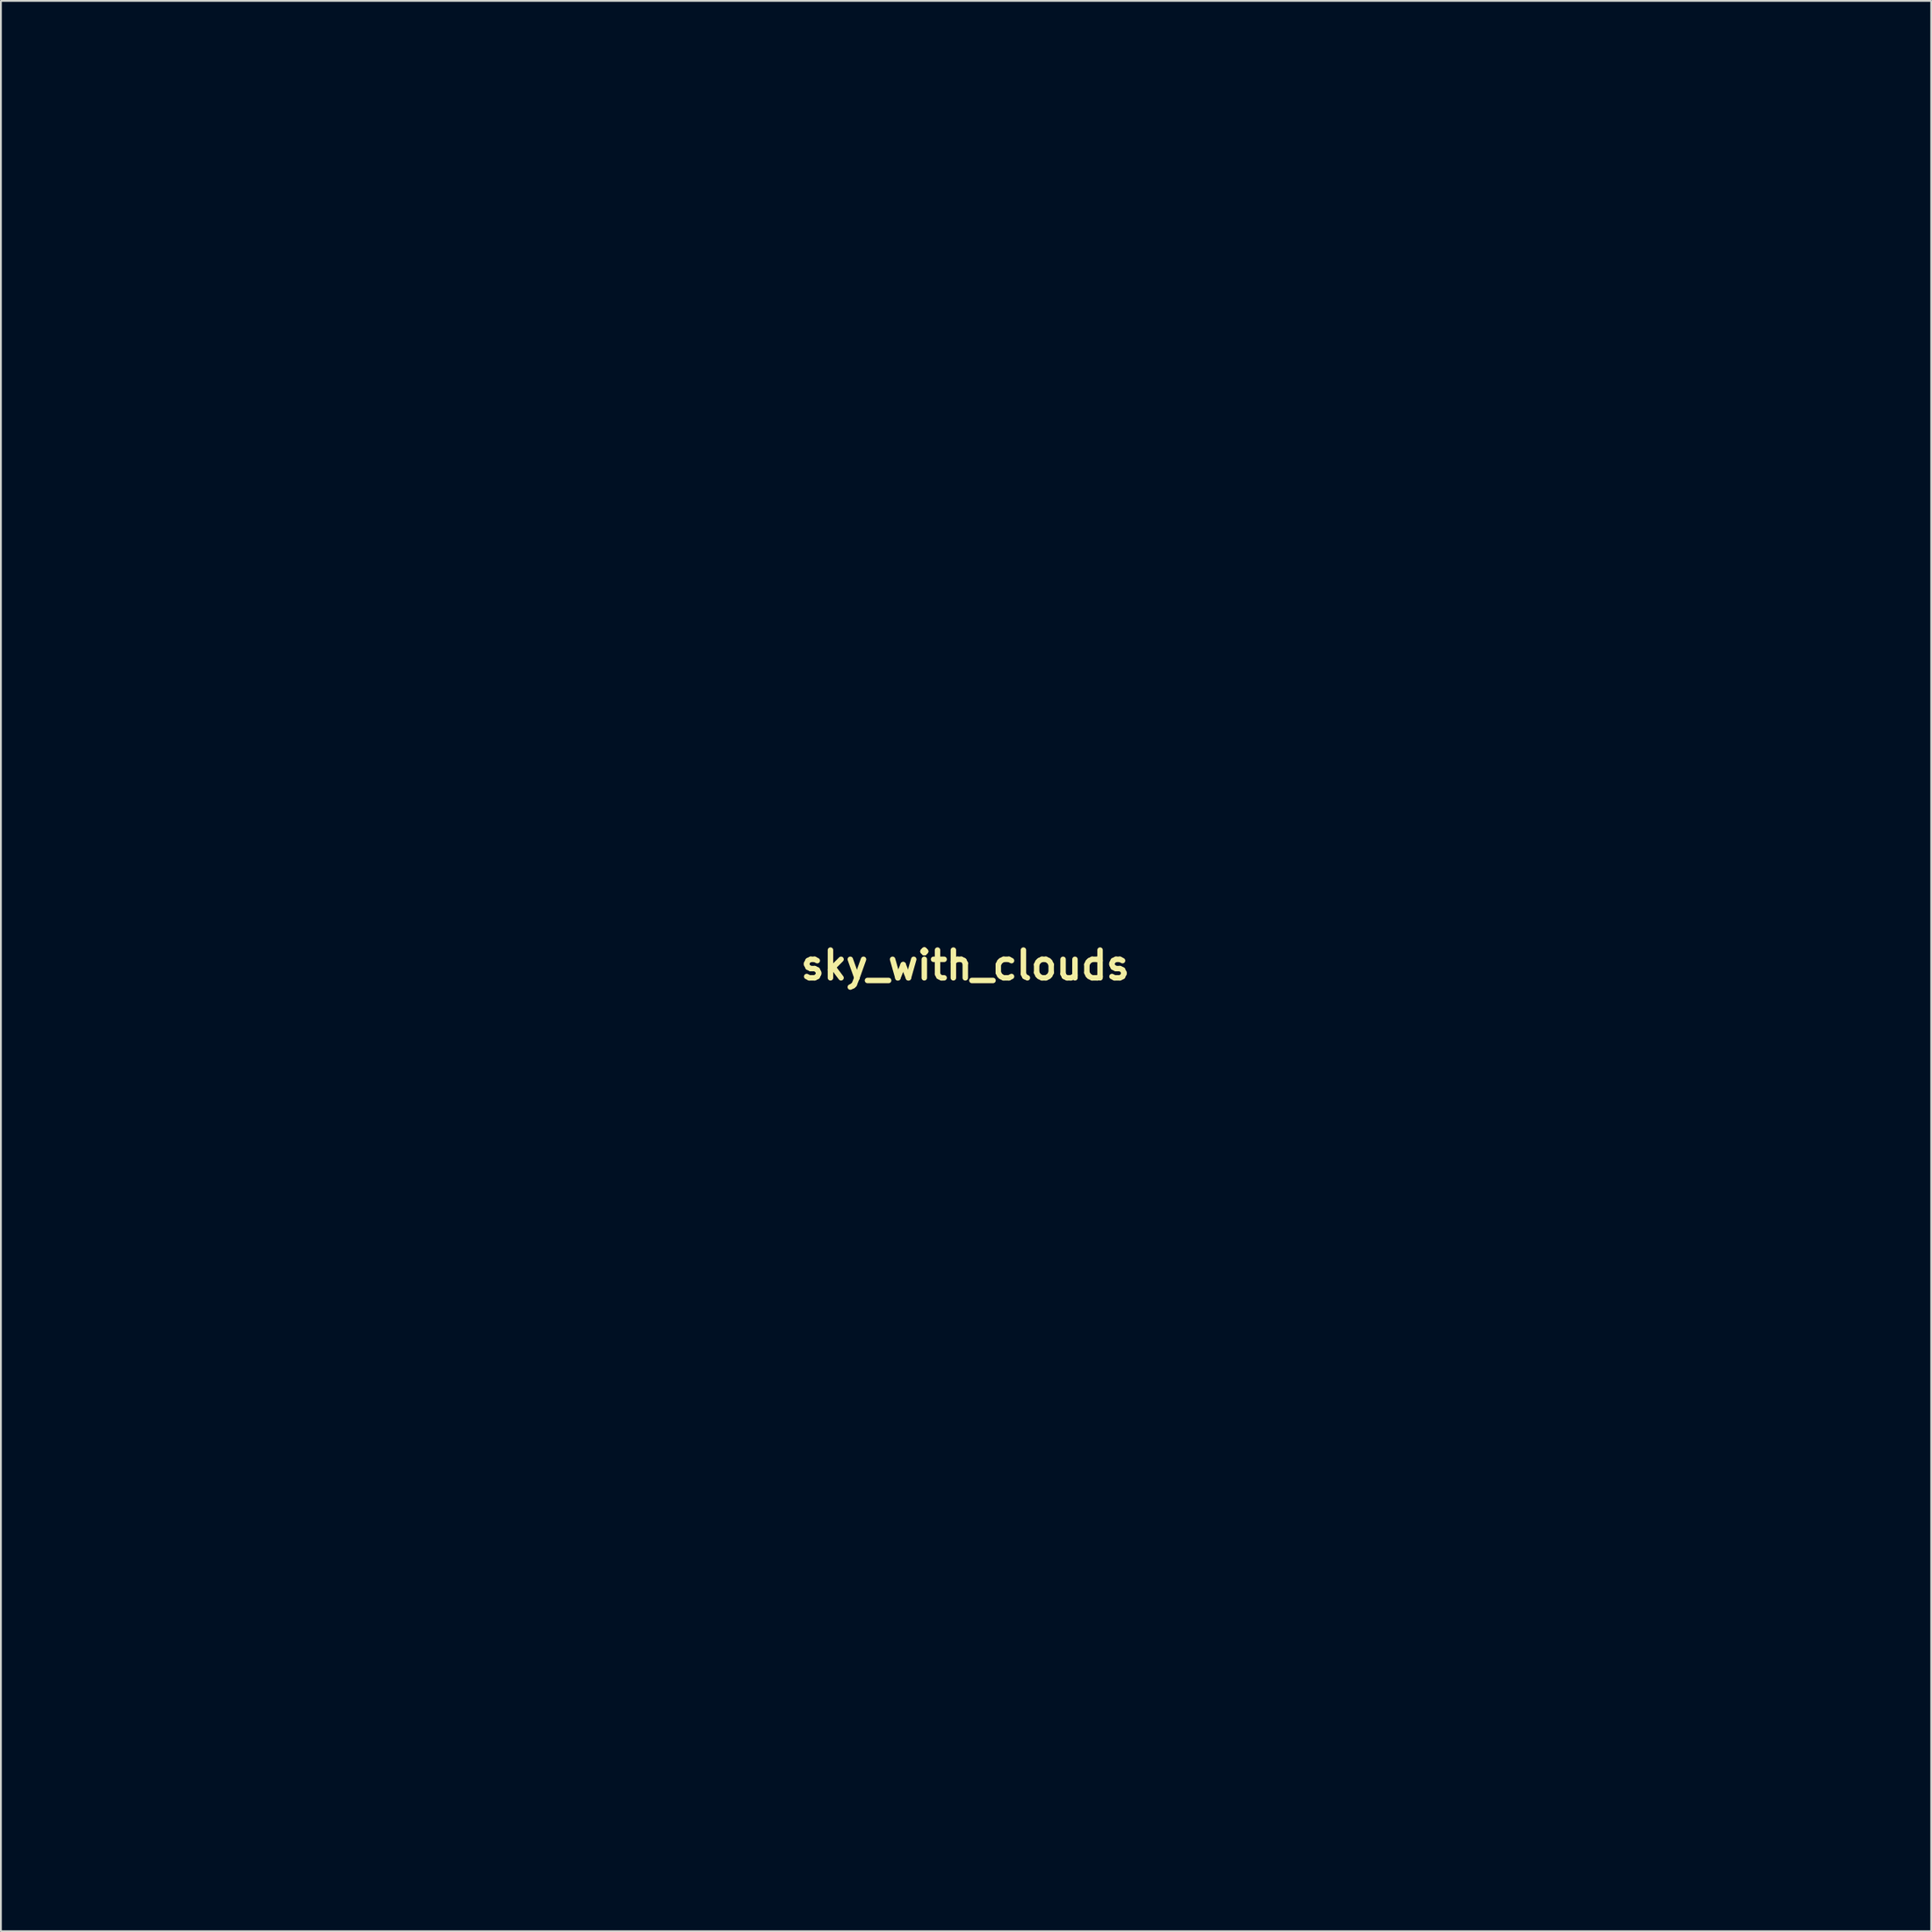
<source format=kicad_pcb>
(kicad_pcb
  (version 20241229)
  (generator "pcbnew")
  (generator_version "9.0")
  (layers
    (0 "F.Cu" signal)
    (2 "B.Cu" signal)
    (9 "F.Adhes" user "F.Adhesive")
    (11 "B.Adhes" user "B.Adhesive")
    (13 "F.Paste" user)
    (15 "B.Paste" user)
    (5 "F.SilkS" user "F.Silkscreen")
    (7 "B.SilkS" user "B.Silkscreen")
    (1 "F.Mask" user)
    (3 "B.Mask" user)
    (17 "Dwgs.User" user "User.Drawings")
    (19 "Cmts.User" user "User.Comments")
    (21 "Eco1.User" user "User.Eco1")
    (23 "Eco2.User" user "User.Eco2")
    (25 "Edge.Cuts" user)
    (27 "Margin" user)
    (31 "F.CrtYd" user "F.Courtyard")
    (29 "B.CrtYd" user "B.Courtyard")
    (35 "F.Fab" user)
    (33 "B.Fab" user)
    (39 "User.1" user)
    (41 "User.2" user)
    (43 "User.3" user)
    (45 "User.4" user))
  (footprint "sky_with_clouds"
    (layer "F.Cu")
    (at 49.958 49.958)
    (property "Reference" "sky_with_clouds" (at 0 0 0) (layer "F.SilkS") (effects (font (size 1.524 1.524) (thickness 0.3))))
    (attr through_hole)
    (fp_poly (pts (xy -33.353 -49.647) (xy -33.149 -49.426) (xy -32.839 -49.203) (xy -32.48 -49.012) (xy -32.132 -48.886) (xy -31.909 -48.853) (xy -31.51 -48.823) (xy -31.242 -48.726) (xy -31.073 -48.547) (xy -31.033 -48.466) (xy -30.831 -48.181) (xy -30.483 -47.92) (xy -30.012 -47.699) (xy -29.845 -47.642) (xy -29.54 -47.541) (xy -29.163 -47.411) (xy -28.829 -47.293) (xy -28.368 -47.154) (xy -27.932 -47.09) (xy -27.464 -47.099) (xy -26.906 -47.178) (xy -26.813 -47.196) (xy -26.148 -47.375) (xy -25.584 -47.632) (xy -25.151 -47.955) (xy -25.109 -47.998) (xy -24.901 -48.191) (xy -24.757 -48.244) (xy -24.647 -48.159) (xy -24.573 -48.02) (xy -24.384 -47.789) (xy -24.066 -47.6) (xy -23.599 -47.417) (xy -23.105 -47.285) (xy -22.548 -47.197) (xy -21.892 -47.148) (xy -21.175 -47.132) (xy -20.661 -47.132) (xy -20.282 -47.139) (xy -20.004 -47.157) (xy -19.792 -47.19) (xy -19.612 -47.241) (xy -19.429 -47.314) (xy -19.413 -47.321) (xy -19.066 -47.522) (xy -18.714 -47.803) (xy -18.576 -47.939) (xy -18.18 -48.363) (xy -17.789 -48.238) (xy -17.456 -48.173) (xy -16.998 -48.143) (xy -16.457 -48.144) (xy -15.873 -48.174) (xy -15.286 -48.231) (xy -14.739 -48.311) (xy -14.271 -48.414) (xy -14.097 -48.466) (xy -13.534 -48.688) (xy -13.051 -48.943) (xy -12.668 -49.215) (xy -12.405 -49.489) (xy -12.283 -49.75) (xy -12.277 -49.818) (xy -12.266 -49.839) (xy -12.228 -49.857) (xy -12.153 -49.873) (xy -12.033 -49.888) (xy -11.86 -49.9) (xy -11.623 -49.911) (xy -11.315 -49.921) (xy -10.926 -49.928) (xy -10.448 -49.935) (xy -9.871 -49.94) (xy -9.188 -49.944) (xy -8.388 -49.948) (xy -7.464 -49.95) (xy -6.406 -49.952) (xy -5.206 -49.953) (xy -3.854 -49.953) (xy -2.342 -49.953) (xy 7.705 -49.953) (xy 7.705 -49.569) (xy 7.784 -49.089) (xy 8.005 -48.641) (xy 8.296 -48.316) (xy 8.496 -48.177) (xy 8.732 -48.083) (xy 9.055 -48.018) (xy 9.313 -47.987) (xy 9.451 -47.95) (xy 9.512 -47.847) (xy 9.528 -47.627) (xy 9.528 -47.624) (xy 9.541 -47.392) (xy 9.59 -47.219) (xy 9.705 -47.061) (xy 9.913 -46.874) (xy 10.079 -46.741) (xy 10.491 -46.415) (xy 11.617 -46.356) (xy 12.086 -46.333) (xy 12.425 -46.326) (xy 12.675 -46.337) (xy 12.875 -46.369) (xy 13.064 -46.426) (xy 13.208 -46.48) (xy 13.669 -46.712) (xy 14.013 -47.009) (xy 14.266 -47.406) (xy 14.454 -47.931) (xy 14.473 -48.006) (xy 14.557 -48.322) (xy 14.623 -48.492) (xy 14.701 -48.532) (xy 14.819 -48.46) (xy 14.987 -48.311) (xy 15.282 -48.096) (xy 15.567 -48.013) (xy 15.888 -48.06) (xy 16.243 -48.211) (xy 16.496 -48.374) (xy 16.792 -48.617) (xy 17.097 -48.906) (xy 17.378 -49.206) (xy 17.601 -49.482) (xy 17.731 -49.7) (xy 17.746 -49.744) (xy 17.798 -49.953) (xy 50.038 -49.953) (xy 50.038 -26.077) (xy 49.703 -26.077) (xy 49.431 -26.046) (xy 49.097 -25.967) (xy 48.89 -25.899) (xy 48.627 -25.815) (xy 48.428 -25.78) (xy 48.347 -25.793) (xy 48.28 -25.916) (xy 48.197 -26.128) (xy 48.18 -26.181) (xy 48.056 -26.419) (xy 47.811 -26.72) (xy 47.434 -27.097) (xy 47.386 -27.142) (xy 46.908 -27.567) (xy 46.499 -27.88) (xy 46.126 -28.102) (xy 45.754 -28.255) (xy 45.468 -28.334) (xy 45.149 -28.394) (xy 44.904 -28.399) (xy 44.647 -28.346) (xy 44.58 -28.326) (xy 44.236 -28.19) (xy 43.897 -28.003) (xy 43.614 -27.797) (xy 43.436 -27.604) (xy 43.426 -27.586) (xy 43.289 -27.449) (xy 43.124 -27.472) (xy 42.963 -27.639) (xy 42.745 -27.839) (xy 42.431 -27.969) (xy 42.09 -28.005) (xy 41.973 -27.991) (xy 41.58 -27.833) (xy 41.192 -27.532) (xy 40.83 -27.114) (xy 40.517 -26.603) (xy 40.273 -26.027) (xy 40.229 -25.887) (xy 40.039 -25.249) (xy 39.674 -25.194) (xy 39.232 -25.044) (xy 38.785 -24.73) (xy 38.337 -24.254) (xy 38.232 -24.119) (xy 37.865 -23.519) (xy 37.656 -22.895) (xy 37.592 -22.244) (xy 37.643 -21.713) (xy 37.797 -21.316) (xy 38.055 -21.051) (xy 38.419 -20.918) (xy 38.695 -20.9) (xy 38.969 -20.891) (xy 39.092 -20.833) (xy 39.08 -20.706) (xy 38.978 -20.527) (xy 38.884 -20.246) (xy 38.897 -19.91) (xy 39.009 -19.586) (xy 39.13 -19.416) (xy 39.546 -19.058) (xy 40.061 -18.741) (xy 40.607 -18.503) (xy 40.889 -18.422) (xy 41.496 -18.331) (xy 42.219 -18.299) (xy 43.019 -18.325) (xy 43.853 -18.406) (xy 44.682 -18.54) (xy 45.097 -18.631) (xy 45.469 -18.71) (xy 45.826 -18.768) (xy 46.099 -18.795) (xy 46.134 -18.796) (xy 46.36 -18.782) (xy 46.461 -18.728) (xy 46.482 -18.629) (xy 46.534 -18.443) (xy 46.698 -18.309) (xy 46.989 -18.22) (xy 47.421 -18.173) (xy 47.874 -18.162) (xy 48.305 -18.166) (xy 48.611 -18.182) (xy 48.835 -18.219) (xy 49.023 -18.282) (xy 49.189 -18.363) (xy 49.463 -18.497) (xy 49.718 -18.604) (xy 49.803 -18.632) (xy 50.038 -18.7) (xy 50.038 11.664) (xy 49.297 11.844) (xy 48.88 11.942) (xy 48.593 11.996) (xy 48.404 12.003) (xy 48.28 11.96) (xy 48.188 11.864) (xy 48.112 11.744) (xy 47.951 11.56) (xy 47.669 11.326) (xy 47.297 11.062) (xy 46.87 10.788) (xy 46.419 10.524) (xy 45.977 10.292) (xy 45.576 10.111) (xy 45.361 10.032) (xy 44.391 9.787) (xy 43.481 9.685) (xy 42.639 9.726) (xy 41.873 9.909) (xy 41.19 10.233) (xy 40.804 10.51) (xy 40.548 10.738) (xy 40.342 10.949) (xy 40.225 11.103) (xy 40.216 11.12) (xy 40.171 11.2) (xy 40.147 11.144) (xy 40.138 10.935) (xy 40.137 10.92) (xy 40.095 10.562) (xy 39.961 10.318) (xy 39.709 10.157) (xy 39.402 10.066) (xy 38.794 10.013) (xy 38.177 10.111) (xy 37.573 10.343) (xy 37.009 10.696) (xy 36.507 11.152) (xy 36.093 11.697) (xy 35.79 12.316) (xy 35.763 12.392) (xy 35.678 12.619) (xy 35.613 12.76) (xy 35.591 12.785) (xy 35.501 12.743) (xy 35.346 12.648) (xy 35.055 12.555) (xy 34.673 12.581) (xy 34.219 12.72) (xy 33.714 12.966) (xy 33.179 13.31) (xy 33.027 13.423) (xy 32.573 13.794) (xy 32.257 14.11) (xy 32.061 14.391) (xy 32.009 14.505) (xy 31.939 14.822) (xy 31.924 15.201) (xy 31.962 15.567) (xy 32.044 15.828) (xy 32.261 16.078) (xy 32.596 16.268) (xy 33.009 16.387) (xy 33.455 16.425) (xy 33.892 16.371) (xy 34.028 16.331) (xy 34.256 16.273) (xy 34.342 16.307) (xy 34.287 16.428) (xy 34.094 16.628) (xy 33.853 16.914) (xy 33.778 17.181) (xy 33.869 17.432) (xy 34.128 17.669) (xy 34.514 17.878) (xy 35.151 18.152) (xy 35.735 18.368) (xy 36.295 18.531) (xy 36.863 18.646) (xy 37.47 18.718) (xy 38.146 18.752) (xy 38.922 18.751) (xy 39.83 18.722) (xy 40.005 18.714) (xy 40.586 18.685) (xy 41.12 18.656) (xy 41.581 18.628) (xy 41.942 18.603) (xy 42.177 18.582) (xy 42.249 18.572) (xy 42.484 18.532) (xy 42.849 18.486) (xy 43.305 18.437) (xy 43.814 18.39) (xy 44.336 18.348) (xy 44.803 18.317) (xy 45.622 18.269) (xy 45.65 18.511) (xy 45.686 18.665) (xy 45.782 18.749) (xy 45.987 18.8) (xy 46.059 18.811) (xy 46.434 18.848) (xy 46.92 18.869) (xy 47.471 18.874) (xy 48.039 18.864) (xy 48.58 18.841) (xy 49.046 18.804) (xy 49.392 18.754) (xy 49.403 18.752) (xy 49.696 18.691) (xy 49.914 18.646) (xy 50.015 18.627) (xy 50.017 18.627) (xy 50.019 18.71) (xy 50.021 18.954) (xy 50.023 19.351) (xy 50.025 19.892) (xy 50.027 20.569) (xy 50.029 21.373) (xy 50.03 22.296) (xy 50.032 23.329) (xy 50.033 24.465) (xy 50.035 25.695) (xy 50.036 27.01) (xy 50.037 28.402) (xy 50.037 29.863) (xy 50.038 31.384) (xy 50.038 32.957) (xy 50.038 34.079) (xy 50.038 49.53) (xy 49.297 49.51) (xy 48.683 49.525) (xy 48.192 49.606) (xy 47.837 49.748) (xy 47.686 49.873) (xy 47.522 50.001) (xy 47.395 50.038) (xy 47.3 50.006) (xy 47.255 49.883) (xy 47.244 49.653) (xy 47.238 49.469) (xy 47.207 49.322) (xy 47.127 49.183) (xy 46.979 49.021) (xy 46.74 48.808) (xy 46.432 48.551) (xy 45.892 48.133) (xy 45.356 47.772) (xy 44.855 47.487) (xy 44.42 47.296) (xy 44.213 47.237) (xy 43.491 47.147) (xy 42.803 47.184) (xy 42.176 47.342) (xy 41.636 47.616) (xy 41.316 47.881) (xy 41.108 48.079) (xy 40.939 48.215) (xy 40.855 48.258) (xy 40.764 48.188) (xy 40.656 48.017) (xy 40.64 47.983) (xy 40.444 47.712) (xy 40.149 47.555) (xy 39.734 47.5) (xy 39.701 47.499) (xy 39.294 47.562) (xy 38.844 47.734) (xy 38.407 47.987) (xy 38.039 48.293) (xy 37.967 48.372) (xy 37.753 48.653) (xy 37.542 48.988) (xy 37.358 49.329) (xy 37.226 49.632) (xy 37.169 49.851) (xy 37.169 49.866) (xy 37.169 50.038) (xy -49.953 50.038) (xy -49.953 44.831) (xy -49.953 43.763) (xy -49.953 42.853) (xy -49.952 42.706) (xy -26.366 42.706) (xy -26.209 43.038) (xy -25.906 43.356) (xy -25.469 43.651) (xy -24.908 43.91) (xy -24.621 44.012) (xy -24.005 44.206) (xy -23.497 44.348) (xy -23.049 44.445) (xy -22.609 44.505) (xy -22.129 44.537) (xy -21.56 44.546) (xy -21.241 44.546) (xy -20.625 44.537) (xy -20.155 44.516) (xy -19.808 44.479) (xy -19.559 44.421) (xy -19.386 44.337) (xy -19.266 44.225) (xy -19.241 44.192) (xy -19.123 44.084) (xy -18.946 44.038) (xy -18.684 44.054) (xy -18.312 44.134) (xy -17.895 44.251) (xy -17.462 44.366) (xy -16.994 44.467) (xy -16.58 44.536) (xy -16.51 44.544) (xy -16.095 44.593) (xy -15.651 44.651) (xy -15.325 44.699) (xy -14.933 44.745) (xy -14.482 44.773) (xy -14.013 44.784) (xy -13.571 44.777) (xy -13.199 44.754) (xy -12.94 44.712) (xy -12.896 44.698) (xy -12.649 44.569) (xy -12.474 44.436) (xy -12.314 44.329) (xy -12.136 44.321) (xy -11.903 44.418) (xy -11.649 44.578) (xy -11.163 44.817) (xy -10.539 44.967) (xy -9.774 45.029) (xy -9.694 45.03) (xy -9.269 45.025) (xy -8.947 44.992) (xy -8.665 44.921) (xy -8.441 44.837) (xy -8.005 44.638) (xy -7.591 44.415) (xy -7.236 44.19) (xy -6.978 43.987) (xy -6.877 43.874) (xy -6.796 43.691) (xy -6.811 43.48) (xy -6.837 43.387) (xy -6.888 43.194) (xy -6.863 43.113) (xy -6.744 43.095) (xy -6.718 43.095) (xy -6.507 43.116) (xy -6.227 43.168) (xy -6.129 43.191) (xy -5.916 43.236) (xy -5.743 43.236) (xy -5.55 43.18) (xy -5.28 43.058) (xy -5.2 43.02) (xy -4.761 42.755) (xy -4.478 42.46) (xy -4.338 42.119) (xy -4.318 41.901) (xy -4.402 41.53) (xy -4.654 41.143) (xy -5.074 40.74) (xy -5.661 40.322) (xy -5.979 40.129) (xy -6.342 39.949) (xy -6.62 39.889) (xy -6.847 39.946) (xy -6.993 40.055) (xy -7.181 40.231) (xy -7.76 39.65) (xy -8.233 39.232) (xy -8.76 38.882) (xy -9.374 38.583) (xy -9.818 38.422) (xy 3.476 38.422) (xy 3.486 38.737) (xy 3.496 38.892) (xy 3.567 39.446) (xy 3.691 39.948) (xy 3.858 40.364) (xy 4.053 40.658) (xy 4.123 40.723) (xy 4.38 40.851) (xy 4.636 40.894) (xy 4.83 40.905) (xy 4.896 40.963) (xy 4.875 41.11) (xy 4.871 41.127) (xy 4.822 41.364) (xy 4.776 41.658) (xy 4.767 41.725) (xy 4.752 41.934) (xy 4.783 42.086) (xy 4.887 42.237) (xy 5.09 42.442) (xy 5.112 42.463) (xy 5.472 42.752) (xy 5.863 42.931) (xy 5.989 42.969) (xy 6.351 43.069) (xy 6.728 43.174) (xy 6.9 43.223) (xy 7.281 43.317) (xy 7.662 43.379) (xy 8.08 43.411) (xy 8.569 43.415) (xy 9.165 43.392) (xy 9.686 43.359) (xy 10.098 43.327) (xy 10.377 43.295) (xy 10.558 43.252) (xy 10.677 43.19) (xy 10.77 43.099) (xy 10.787 43.079) (xy 10.951 42.935) (xy 11.172 42.846) (xy 11.472 42.813) (xy 11.874 42.834) (xy 12.4 42.908) (xy 12.864 42.993) (xy 13.724 43.137) (xy 14.508 43.211) (xy 14.986 43.226) (xy 15.501 43.24) (xy 16.073 43.272) (xy 16.612 43.317) (xy 16.849 43.343) (xy 17.275 43.39) (xy 17.587 43.41) (xy 17.838 43.4) (xy 18.078 43.36) (xy 18.258 43.316) (xy 18.596 43.241) (xy 18.923 43.19) (xy 19.105 43.177) (xy 19.502 43.141) (xy 19.977 43.046) (xy 20.493 42.907) (xy 21.015 42.735) (xy 21.506 42.543) (xy 21.931 42.344) (xy 22.254 42.15) (xy 22.416 42.007) (xy 22.491 41.833) (xy 22.521 41.604) (xy 22.477 41.372) (xy 22.321 41.176) (xy 22.249 41.116) (xy 22.093 40.971) (xy 22.03 40.864) (xy 22.037 40.843) (xy 22.146 40.828) (xy 22.364 40.853) (xy 22.556 40.892) (xy 23.096 40.945) (xy 23.619 40.853) (xy 24.022 40.662) (xy 24.267 40.406) (xy 24.417 40.045) (xy 24.462 39.621) (xy 24.393 39.174) (xy 24.373 39.107) (xy 24.193 38.774) (xy 23.885 38.413) (xy 23.481 38.051) (xy 23.014 37.709) (xy 22.516 37.413) (xy 22.022 37.186) (xy 21.563 37.052) (xy 21.535 37.047) (xy 21.271 37.029) (xy 21.071 37.101) (xy 20.972 37.17) (xy 20.805 37.28) (xy 20.72 37.272) (xy 20.702 37.238) (xy 20.651 37.093) (xy 20.57 36.861) (xy 20.537 36.766) (xy 20.233 36.143) (xy 19.786 35.589) (xy 19.214 35.125) (xy 18.814 34.895) (xy 18.143 34.621) (xy 17.537 34.5) (xy 16.993 34.534) (xy 16.576 34.682) (xy 16.325 34.874) (xy 16.213 35.138) (xy 16.223 35.472) (xy 16.244 35.713) (xy 16.216 35.805) (xy 16.151 35.741) (xy 16.074 35.561) (xy 15.908 35.294) (xy 15.608 35.017) (xy 15.21 34.754) (xy 14.746 34.528) (xy 14.294 34.372) (xy 13.513 34.217) (xy 12.733 34.189) (xy 11.935 34.291) (xy 11.102 34.526) (xy 10.218 34.899) (xy 9.265 35.413) (xy 9.186 35.459) (xy 8.783 35.713) (xy 8.502 35.926) (xy 8.314 36.127) (xy 8.186 36.344) (xy 8.163 36.395) (xy 8.06 36.584) (xy 7.952 36.635) (xy 7.896 36.621) (xy 7.313 36.444) (xy 6.676 36.332) (xy 6.037 36.29) (xy 5.452 36.322) (xy 5.091 36.396) (xy 4.723 36.57) (xy 4.343 36.865) (xy 3.992 37.239) (xy 3.713 37.654) (xy 3.672 37.734) (xy 3.559 37.982) (xy 3.497 38.191) (xy 3.476 38.422) (xy -9.818 38.422) (xy -10.108 38.317) (xy -10.528 38.192) (xy -11.273 38.003) (xy -11.874 37.895) (xy -12.333 37.868) (xy -12.653 37.923) (xy -12.839 38.06) (xy -12.895 38.279) (xy -12.888 38.348) (xy -12.877 38.525) (xy -12.928 38.574) (xy -12.98 38.56) (xy -13.121 38.452) (xy -13.154 38.397) (xy -13.272 38.259) (xy -13.513 38.088) (xy -13.838 37.905) (xy -14.209 37.727) (xy -14.588 37.575) (xy -14.937 37.469) (xy -14.994 37.456) (xy -15.705 37.376) (xy -16.494 37.409) (xy -17.321 37.549) (xy -18.144 37.788) (xy -18.899 38.107) (xy -19.323 38.326) (xy -19.612 38.497) (xy -19.789 38.638) (xy -19.876 38.764) (xy -19.897 38.875) (xy -19.965 39) (xy -20.169 39.027) (xy -20.504 38.955) (xy -20.666 38.902) (xy -21.147 38.783) (xy -21.715 38.719) (xy -22.296 38.716) (xy -22.791 38.773) (xy -23.388 38.94) (xy -23.927 39.186) (xy -24.389 39.493) (xy -24.754 39.844) (xy -25.003 40.222) (xy -25.116 40.608) (xy -25.106 40.867) (xy -25.087 41.065) (xy -25.152 41.185) (xy -25.332 41.298) (xy -25.607 41.48) (xy -25.89 41.729) (xy -26.14 42) (xy -26.314 42.25) (xy -26.365 42.372) (xy -26.366 42.706) (xy -49.952 42.706) (xy -49.951 42.086) (xy -49.948 41.452) (xy -49.944 40.937) (xy -49.937 40.529) (xy -49.928 40.216) (xy -49.916 39.985) (xy -49.901 39.823) (xy -49.882 39.719) (xy -49.859 39.659) (xy -49.832 39.632) (xy -49.8 39.624) (xy -49.787 39.624) (xy -49.614 39.662) (xy -49.37 39.759) (xy -49.257 39.814) (xy -49.131 39.876) (xy -49.004 39.923) (xy -48.852 39.956) (xy -48.649 39.978) (xy -48.37 39.99) (xy -47.99 39.995) (xy -47.483 39.995) (xy -47.032 39.992) (xy -46.253 39.982) (xy -45.612 39.96) (xy -45.078 39.924) (xy -44.621 39.869) (xy -44.21 39.792) (xy -43.813 39.689) (xy -43.529 39.601) (xy -43.224 39.49) (xy -43.038 39.385) (xy -42.926 39.254) (xy -42.872 39.143) (xy -42.769 38.957) (xy -42.667 38.864) (xy -42.653 38.862) (xy -42.538 38.917) (xy -42.358 39.058) (xy -42.251 39.156) (xy -41.895 39.413) (xy -41.373 39.651) (xy -40.688 39.869) (xy -40.64 39.882) (xy -40.435 39.918) (xy -40.109 39.957) (xy -39.711 39.991) (xy -39.37 40.014) (xy -38.901 40.034) (xy -38.543 40.031) (xy -38.237 40.002) (xy -37.928 39.941) (xy -37.719 39.889) (xy -37.342 39.79) (xy -36.974 39.695) (xy -36.687 39.622) (xy -36.661 39.615) (xy -36.263 39.502) (xy -35.872 39.369) (xy -35.529 39.231) (xy -35.276 39.106) (xy -35.171 39.031) (xy -35.024 38.866) (xy -34.903 38.719) (xy -34.799 38.624) (xy -34.64 38.554) (xy -34.389 38.499) (xy -34.009 38.446) (xy -33.97 38.442) (xy -33.261 38.319) (xy -32.701 38.134) (xy -32.293 37.888) (xy -32.04 37.584) (xy -31.944 37.223) (xy -31.951 37.053) (xy -32.073 36.694) (xy -32.353 36.368) (xy -32.793 36.071) (xy -33.183 35.885) (xy -33.641 35.714) (xy -34.04 35.627) (xy -34.364 35.604) (xy -34.903 35.594) (xy -35.058 35.184) (xy -35.228 34.822) (xy -35.447 34.543) (xy -35.756 34.307) (xy -36.098 34.119) (xy -36.591 33.926) (xy -37.013 33.872) (xy -37.353 33.959) (xy -37.47 33.996) (xy -37.593 33.956) (xy -37.759 33.824) (xy 30.304 33.824) (xy 30.427 34.276) (xy 30.586 34.534) (xy 30.987 34.962) (xy 31.484 35.343) (xy 32.033 35.655) (xy 32.591 35.875) (xy 33.117 35.978) (xy 33.246 35.983) (xy 33.486 35.964) (xy 33.682 35.887) (xy 33.9 35.72) (xy 33.984 35.645) (xy 34.189 35.463) (xy 34.344 35.34) (xy 34.405 35.306) (xy 34.446 35.379) (xy 34.459 35.523) (xy 34.533 36.064) (xy 34.75 36.523) (xy 35.104 36.897) (xy 35.589 37.183) (xy 36.197 37.378) (xy 36.923 37.479) (xy 37.76 37.483) (xy 38.519 37.412) (xy 39.157 37.314) (xy 39.649 37.202) (xy 40.02 37.07) (xy 40.293 36.91) (xy 40.377 36.838) (xy 40.544 36.659) (xy 40.595 36.518) (xy 40.568 36.393) (xy 40.519 36.18) (xy 40.578 36.054) (xy 40.767 35.995) (xy 41.013 35.983) (xy 41.549 35.927) (xy 42.03 35.768) (xy 42.409 35.524) (xy 42.469 35.466) (xy 42.598 35.317) (xy 42.671 35.169) (xy 42.705 34.97) (xy 42.714 34.665) (xy 42.714 34.591) (xy 42.709 34.265) (xy 42.679 34.042) (xy 42.602 33.854) (xy 42.454 33.637) (xy 42.33 33.474) (xy 42.046 33.154) (xy 41.725 32.861) (xy 41.403 32.625) (xy 41.117 32.471) (xy 40.932 32.427) (xy 40.725 32.478) (xy 40.593 32.552) (xy 40.437 32.652) (xy 40.348 32.643) (xy 40.309 32.505) (xy 40.299 32.237) (xy 40.234 31.719) (xy 40.035 31.268) (xy 39.694 30.871) (xy 39.2 30.515) (xy 38.817 30.311) (xy 38.114 30.059) (xy 37.326 29.928) (xy 36.494 29.927) (xy 36.456 29.93) (xy 35.791 30.022) (xy 35.198 30.175) (xy 34.696 30.38) (xy 34.307 30.627) (xy 34.052 30.905) (xy 33.97 31.092) (xy 33.899 31.369) (xy 33.1 31.416) (xy 32.32 31.523) (xy 31.66 31.743) (xy 31.121 32.074) (xy 30.709 32.514) (xy 30.543 32.79) (xy 30.342 33.327) (xy 30.304 33.824) (xy -37.759 33.824) (xy -37.765 33.819) (xy -37.877 33.713) (xy -38.319 33.378) (xy -38.895 33.091) (xy -39.571 32.862) (xy -40.315 32.705) (xy -40.55 32.674) (xy -40.936 32.637) (xy -41.214 32.633) (xy -41.442 32.667) (xy -41.666 32.735) (xy -42.067 32.88) (xy -42.518 32.571) (xy -43.112 32.262) (xy -43.792 32.075) (xy -44.528 32.004) (xy -45.292 32.047) (xy -46.056 32.199) (xy -46.79 32.457) (xy -47.466 32.817) (xy -48.055 33.274) (xy -48.112 33.329) (xy -48.593 33.802) (xy -48.989 33.539) (xy -49.268 33.379) (xy -49.544 33.259) (xy -49.669 33.224) (xy -49.953 33.17) (xy -49.953 28.861) (xy -16.97 28.861) (xy -16.936 29.403) (xy -16.786 29.851) (xy -16.602 30.155) (xy -16.403 30.345) (xy -16.128 30.47) (xy -15.934 30.526) (xy -15.694 30.596) (xy -15.577 30.675) (xy -15.537 30.804) (xy -15.532 30.913) (xy -15.494 31.271) (xy -15.367 31.531) (xy -15.118 31.759) (xy -15.073 31.791) (xy -14.638 32.014) (xy -14.094 32.17) (xy -13.494 32.245) (xy -13.389 32.249) (xy -12.983 32.217) (xy -12.617 32.084) (xy -12.541 32.044) (xy -12.13 31.725) (xy -11.813 31.277) (xy -11.604 30.718) (xy -11.586 30.644) (xy -11.528 30.387) (xy -11.483 30.209) (xy -11.467 30.158) (xy -11.394 30.186) (xy -11.229 30.285) (xy -11.125 30.353) (xy -10.863 30.494) (xy -10.619 30.522) (xy -10.345 30.435) (xy -10.09 30.293) (xy -9.819 30.074) (xy -9.523 29.751) (xy -9.242 29.378) (xy -9.019 29.005) (xy -8.963 28.885) (xy -8.826 28.377) (xy -8.805 27.804) (xy -8.892 27.216) (xy -9.078 26.662) (xy -9.354 26.194) (xy -9.419 26.116) (xy -9.777 25.766) (xy -10.115 25.561) (xy -10.463 25.485) (xy -10.516 25.484) (xy -10.851 25.462) (xy -11.056 25.389) (xy -11.165 25.244) (xy -11.198 25.117) (xy 5.505 25.117) (xy 5.523 25.319) (xy 5.591 25.475) (xy 5.728 25.647) (xy 5.801 25.729) (xy 6.079 25.965) (xy 6.421 26.155) (xy 6.774 26.277) (xy 7.084 26.309) (xy 7.196 26.289) (xy 7.421 26.269) (xy 7.535 26.289) (xy 7.646 26.361) (xy 7.689 26.513) (xy 7.69 26.685) (xy 7.706 26.944) (xy 7.798 27.113) (xy 7.881 27.187) (xy 8.185 27.367) (xy 8.582 27.529) (xy 8.996 27.648) (xy 9.338 27.696) (xy 9.636 27.719) (xy 9.909 27.762) (xy 9.948 27.771) (xy 10.36 27.833) (xy 10.868 27.849) (xy 11.407 27.82) (xy 11.91 27.749) (xy 12.191 27.68) (xy 12.761 27.445) (xy 13.209 27.127) (xy 13.523 26.741) (xy 13.691 26.299) (xy 13.716 26.035) (xy 13.756 25.78) (xy 13.867 25.675) (xy 14.03 25.726) (xy 14.192 25.889) (xy 14.463 26.146) (xy 14.787 26.274) (xy 15.191 26.278) (xy 15.567 26.202) (xy 15.981 26.078) (xy 16.329 25.933) (xy 16.657 25.74) (xy 17.008 25.473) (xy 17.427 25.106) (xy 17.427 25.106) (xy 17.754 24.729) (xy 17.924 24.324) (xy 17.939 23.877) (xy 17.801 23.372) (xy 17.706 23.156) (xy 17.512 22.792) (xy 17.305 22.522) (xy 17.042 22.307) (xy 16.679 22.102) (xy 16.503 22.017) (xy 16.172 21.878) (xy 15.856 21.789) (xy 15.489 21.733) (xy 15.135 21.703) (xy 14.325 21.65) (xy 14.199 21.331) (xy 13.99 21.019) (xy 13.638 20.75) (xy 13.164 20.531) (xy 12.592 20.369) (xy 11.943 20.273) (xy 11.239 20.25) (xy 11.06 20.256) (xy 10.279 20.349) (xy 9.589 20.541) (xy 9.003 20.823) (xy 8.532 21.186) (xy 8.19 21.622) (xy 7.99 22.12) (xy 7.94 22.511) (xy 7.926 22.768) (xy 7.891 22.887) (xy 7.823 22.903) (xy 7.796 22.892) (xy 7.389 22.798) (xy 6.972 22.871) (xy 6.547 23.11) (xy 6.119 23.515) (xy 5.929 23.745) (xy 5.727 24.021) (xy 5.609 24.236) (xy 5.549 24.46) (xy 5.52 24.76) (xy 5.518 24.808) (xy 5.505 25.117) (xy -11.198 25.117) (xy -11.203 25.096) (xy -11.352 24.683) (xy -11.641 24.328) (xy -12.045 24.052) (xy -12.54 23.873) (xy -12.834 23.824) (xy -13.459 23.835) (xy -14.018 23.996) (xy -14.499 24.296) (xy -14.889 24.724) (xy -15.175 25.27) (xy -15.345 25.923) (xy -15.355 25.993) (xy -15.403 26.328) (xy -15.446 26.529) (xy -15.5 26.63) (xy -15.582 26.666) (xy -15.675 26.67) (xy -15.97 26.754) (xy -16.259 27.003) (xy -16.536 27.414) (xy -16.674 27.687) (xy -16.882 28.277) (xy -16.97 28.861) (xy -49.953 28.861) (xy -49.953 28.227) (xy -49.953 27.147) (xy -49.95 26.226) (xy -49.946 25.452) (xy -49.94 24.816) (xy -49.932 24.307) (xy -49.921 23.914) (xy -49.908 23.626) (xy -49.891 23.432) (xy -49.872 23.323) (xy -49.849 23.286) (xy -49.847 23.286) (xy -49.713 23.307) (xy -49.472 23.357) (xy -49.234 23.412) (xy -48.894 23.469) (xy -48.434 23.511) (xy -47.905 23.533) (xy -47.665 23.536) (xy -47.128 23.528) (xy -46.738 23.496) (xy -46.475 23.434) (xy -46.316 23.335) (xy -46.242 23.192) (xy -46.228 23.058) (xy -46.21 22.912) (xy -46.122 22.867) (xy -45.953 22.883) (xy -45.734 22.934) (xy -45.425 23.026) (xy -45.09 23.14) (xy -45.085 23.141) (xy -44.08 23.464) (xy -43.129 23.684) (xy -42.257 23.794) (xy -41.614 23.8) (xy -41.227 23.762) (xy -40.946 23.682) (xy -40.708 23.539) (xy -40.575 23.426) (xy -40.384 23.252) (xy -40.152 23.44) (xy -39.718 23.714) (xy -39.197 23.922) (xy -38.646 24.05) (xy -38.117 24.086) (xy -37.724 24.034) (xy -37.381 23.9) (xy -36.978 23.676) (xy -36.572 23.397) (xy -36.248 23.126) (xy -36.084 22.958) (xy -36.004 22.812) (xy -35.987 22.619) (xy -36.001 22.393) (xy -36.017 22.128) (xy -35.988 21.982) (xy -35.883 21.935) (xy -35.669 21.965) (xy -35.427 22.024) (xy -35.186 22.073) (xy -35.014 22.059) (xy -34.83 21.965) (xy -34.705 21.881) (xy -34.284 21.525) (xy -34.025 21.148) (xy -33.923 20.734) (xy -33.97 20.266) (xy -34.002 20.149) (xy -34.099 19.888) (xy -34.242 19.649) (xy -34.461 19.387) (xy -34.706 19.136) (xy -35.105 18.768) (xy -35.429 18.531) (xy -35.696 18.415) (xy -35.926 18.41) (xy -36.033 18.445) (xy -36.201 18.514) (xy -36.321 18.519) (xy -36.433 18.438) (xy -36.579 18.25) (xy -36.685 18.096) (xy -37.136 17.576) (xy -37.733 17.104) (xy -38.457 16.693) (xy -39.164 16.399) (xy -39.751 16.213) (xy -40.212 16.122) (xy -40.558 16.127) (xy -40.803 16.228) (xy -40.96 16.426) (xy -40.984 16.482) (xy -41.066 16.698) (xy -41.526 16.305) (xy -41.956 15.968) (xy -42.343 15.749) (xy -42.741 15.629) (xy -43.206 15.59) (xy -43.597 15.6) (xy -44.117 15.645) (xy -44.566 15.735) (xy -44.994 15.885) (xy -45.45 16.113) (xy -45.983 16.436) (xy -45.985 16.438) (xy -46.324 16.665) (xy -46.539 16.839) (xy -46.66 16.986) (xy -46.71 17.121) (xy -46.736 17.24) (xy -46.777 17.31) (xy -46.864 17.333) (xy -47.027 17.31) (xy -47.299 17.243) (xy -47.622 17.155) (xy -48.063 17.054) (xy -48.428 17.026) (xy -48.794 17.071) (xy -49.109 17.15) (xy -49.403 17.232) (xy -49.656 17.301) (xy -49.763 17.329) (xy -49.953 17.376) (xy -49.953 10.937) (xy -29.21 10.937) (xy -29.139 11.426) (xy -28.921 11.849) (xy -28.636 12.151) (xy -28.382 12.329) (xy -28.029 12.501) (xy -27.56 12.673) (xy -26.957 12.851) (xy -26.247 13.032) (xy -25.828 13.113) (xy -25.35 13.175) (xy -24.85 13.214) (xy -24.365 13.231) (xy -23.933 13.225) (xy -23.593 13.192) (xy -23.381 13.134) (xy -23.379 13.133) (xy -23.26 13.082) (xy -23.151 13.096) (xy -23.009 13.193) (xy -22.793 13.392) (xy -22.787 13.398) (xy -22.299 13.806) (xy -21.825 14.073) (xy -21.328 14.217) (xy -21.251 14.229) (xy -20.822 14.268) (xy -20.296 14.28) (xy -19.726 14.268) (xy -19.161 14.234) (xy -18.653 14.182) (xy -18.255 14.111) (xy -18.203 14.098) (xy -17.734 13.95) (xy -17.321 13.776) (xy -16.996 13.595) (xy -16.794 13.423) (xy -16.764 13.377) (xy -16.644 13.236) (xy -16.494 13.237) (xy -16.294 13.382) (xy -16.21 13.465) (xy -15.986 13.669) (xy -15.703 13.883) (xy -15.581 13.965) (xy -15.401 14.071) (xy -15.227 14.143) (xy -15.019 14.192) (xy -14.736 14.226) (xy -14.336 14.253) (xy -14.182 14.262) (xy -13.72 14.282) (xy -13.38 14.283) (xy -13.117 14.262) (xy -12.882 14.216) (xy -12.658 14.148) (xy -11.968 13.914) (xy -11.424 13.711) (xy -11.007 13.53) (xy -10.7 13.362) (xy -10.485 13.197) (xy -10.342 13.026) (xy -10.278 12.903) (xy -10.151 12.694) (xy -9.96 12.596) (xy -9.864 12.577) (xy -9.564 12.53) (xy -9.254 12.482) (xy -9.25 12.481) (xy -8.891 12.379) (xy -8.515 12.197) (xy -8.187 11.974) (xy -8.001 11.785) (xy -7.884 11.55) (xy -7.835 11.228) (xy -7.832 11.078) (xy -7.847 10.768) (xy -7.911 10.544) (xy -8.05 10.327) (xy -8.092 10.274) (xy -8.43 9.954) (xy -8.88 9.669) (xy -9.387 9.451) (xy -9.731 9.359) (xy -10.194 9.266) (xy -10.386 8.77) (xy -10.552 8.391) (xy -10.729 8.118) (xy -10.965 7.894) (xy -11.256 7.692) (xy -11.586 7.521) (xy -11.918 7.455) (xy -12.06 7.451) (xy -12.332 7.438) (xy -12.506 7.378) (xy -12.654 7.241) (xy -12.711 7.172) (xy -12.968 6.933) (xy -13.346 6.686) (xy -13.8 6.45) (xy -14.285 6.246) (xy -14.754 6.095) (xy -15.162 6.018) (xy -15.284 6.011) (xy -15.567 6.047) (xy -15.824 6.134) (xy -15.824 6.134) (xy -15.952 6.19) (xy -16.065 6.197) (xy -16.207 6.14) (xy -16.419 6.007) (xy -16.605 5.878) (xy -17.176 5.56) (xy -17.772 5.393) (xy -18.424 5.37) (xy -18.782 5.411) (xy -19.379 5.553) (xy -19.916 5.793) (xy -20.432 6.155) (xy -20.897 6.586) (xy -21.516 7.218) (xy -21.871 6.963) (xy -22.416 6.665) (xy -22.994 6.533) (xy -23.602 6.568) (xy -24.243 6.768) (xy -24.898 7.122) (xy -25.143 7.305) (xy -25.473 7.584) (xy -25.86 7.936) (xy -26.273 8.332) (xy -26.588 8.648) (xy -27.012 9.073) (xy -27.37 9.414) (xy -27.648 9.659) (xy -27.835 9.796) (xy -27.901 9.822) (xy -28.278 9.88) (xy -28.659 10.029) (xy -28.961 10.236) (xy -28.97 10.246) (xy -29.118 10.422) (xy -29.189 10.611) (xy -29.209 10.884) (xy -29.21 10.937) (xy -49.953 10.937) (xy -49.953 6.943) (xy -49.664 6.943) (xy -49.32 6.917) (xy -48.898 6.85) (xy -48.459 6.755) (xy -48.065 6.644) (xy -47.777 6.532) (xy -47.775 6.531) (xy -47.463 6.34) (xy -47.285 6.135) (xy -47.21 5.868) (xy -47.202 5.681) (xy -47.202 5.292) (xy -46.767 5.239) (xy -46.29 5.128) (xy -45.923 4.915) (xy -45.634 4.587) (xy -45.52 4.391) (xy -45.479 4.259) (xy 0.894 4.259) (xy 0.925 4.743) (xy 0.992 5.375) (xy 1.082 5.852) (xy 1.2 6.19) (xy 1.353 6.403) (xy 1.546 6.505) (xy 1.674 6.519) (xy 1.812 6.537) (xy 1.853 6.623) (xy 1.829 6.795) (xy 1.753 7.219) (xy 1.717 7.522) (xy 1.721 7.75) (xy 1.767 7.946) (xy 1.855 8.155) (xy 1.863 8.17) (xy 2.054 8.473) (xy 2.328 8.734) (xy 2.714 8.974) (xy 3.189 9.197) (xy 3.452 9.299) (xy 3.684 9.357) (xy 3.943 9.38) (xy 4.288 9.375) (xy 4.458 9.367) (xy 4.824 9.339) (xy 5.141 9.299) (xy 5.36 9.253) (xy 5.411 9.233) (xy 5.559 9.069) (xy 5.588 8.934) (xy 5.614 8.76) (xy 5.658 8.688) (xy 5.784 8.676) (xy 6.053 8.699) (xy 6.44 8.754) (xy 6.924 8.837) (xy 7.239 8.896) (xy 8.073 9.033) (xy 9.043 9.144) (xy 9.684 9.197) (xy 10.504 9.194) (xy 11.274 9.072) (xy 11.97 8.838) (xy 12.569 8.501) (xy 13.047 8.068) (xy 13.061 8.052) (xy 13.248 7.705) (xy 13.292 7.308) (xy 13.189 6.906) (xy 13.163 6.854) (xy 13.034 6.604) (xy 13.492 6.604) (xy 13.78 6.591) (xy 13.973 6.533) (xy 14.144 6.403) (xy 14.213 6.335) (xy 14.4 6.094) (xy 14.512 5.812) (xy 14.558 5.448) (xy 14.547 4.965) (xy 14.543 4.916) (xy 14.438 4.336) (xy 14.2 3.79) (xy 13.815 3.252) (xy 13.573 2.987) (xy 13.138 2.604) (xy 12.724 2.368) (xy 12.345 2.286) (xy 12.341 2.286) (xy 12.242 2.268) (xy 12.161 2.193) (xy 12.08 2.031) (xy 11.981 1.752) (xy 11.916 1.545) (xy 11.64 0.843) (xy 11.292 0.286) (xy 10.861 -0.139) (xy 10.69 -0.258) (xy 10.284 -0.463) (xy 9.933 -0.517) (xy 9.612 -0.417) (xy 9.297 -0.162) (xy 9.288 -0.153) (xy 8.951 0.201) (xy 8.697 -0.116) (xy 8.385 -0.41) (xy 7.972 -0.668) (xy 7.527 -0.849) (xy 7.391 -0.884) (xy 7.097 -0.894) (xy 6.716 -0.835) (xy 6.308 -0.72) (xy 5.934 -0.566) (xy 5.777 -0.478) (xy 5.476 -0.262) (xy 5.139 0.021) (xy 4.796 0.341) (xy 4.477 0.668) (xy 4.213 0.97) (xy 4.032 1.219) (xy 3.974 1.337) (xy 3.896 1.555) (xy 3.829 1.698) (xy 3.818 1.713) (xy 3.716 1.719) (xy 3.502 1.676) (xy 3.241 1.597) (xy 2.695 1.468) (xy 2.23 1.487) (xy 1.834 1.657) (xy 1.499 1.982) (xy 1.242 2.407) (xy 1.062 2.829) (xy 0.948 3.249) (xy 0.894 3.711) (xy 0.894 4.259) (xy -45.479 4.259) (xy -45.456 4.186) (xy -45.428 3.914) (xy -45.424 3.639) (xy -45.43 3.311) (xy -45.461 3.069) (xy -45.536 2.849) (xy -45.672 2.587) (xy -45.786 2.393) (xy -46.1 1.919) (xy -46.394 1.599) (xy -46.681 1.422) (xy -46.976 1.376) (xy -47.064 1.386) (xy -47.391 1.438) (xy -47.432 0.867) (xy -47.537 0.261) (xy -47.765 -0.24) (xy -48.104 -0.643) (xy -48.492 -0.97) (xy -48.862 -1.198) (xy -49.281 -1.362) (xy -49.721 -1.476) (xy -49.953 -1.527) (xy -49.953 -4.525) (xy -36.716 -4.525) (xy -36.605 -4.065) (xy -36.511 -3.879) (xy -36.313 -3.663) (xy -36.002 -3.453) (xy -35.632 -3.279) (xy -35.258 -3.171) (xy -35.228 -3.166) (xy -34.981 -3.107) (xy -34.839 -3) (xy -34.747 -2.828) (xy -34.582 -2.558) (xy -34.311 -2.305) (xy -33.912 -2.053) (xy -33.425 -1.812) (xy -32.911 -1.596) (xy -32.488 -1.466) (xy -32.105 -1.415) (xy -31.71 -1.438) (xy -31.251 -1.527) (xy -31.2 -1.54) (xy -30.766 -1.697) (xy -30.338 -1.938) (xy -29.996 -2.217) (xy -29.981 -2.232) (xy -29.779 -2.449) (xy -29.416 -2.129) (xy -29.065 -1.884) (xy -28.631 -1.699) (xy -28.088 -1.569) (xy -27.414 -1.487) (xy -27.032 -1.462) (xy -26.467 -1.448) (xy -26.028 -1.48) (xy -25.673 -1.571) (xy -25.362 -1.735) (xy -25.054 -1.984) (xy -24.86 -2.174) (xy -24.622 -2.41) (xy -24.462 -2.54) (xy -24.347 -2.582) (xy -24.245 -2.556) (xy -24.23 -2.548) (xy -23.941 -2.467) (xy -23.533 -2.451) (xy -23.039 -2.493) (xy -22.494 -2.585) (xy -21.93 -2.718) (xy -21.381 -2.884) (xy -20.881 -3.076) (xy -20.462 -3.286) (xy -20.16 -3.504) (xy -20.127 -3.537) (xy -19.868 -3.894) (xy -19.706 -4.299) (xy -19.644 -4.714) (xy -19.644 -4.715) (xy 23.622 -4.715) (xy 23.648 -4.43) (xy 23.748 -4.22) (xy 23.868 -4.086) (xy 24.207 -3.838) (xy 24.678 -3.631) (xy 25.242 -3.475) (xy 25.805 -3.391) (xy 26.128 -3.357) (xy 26.379 -3.325) (xy 26.516 -3.299) (xy 26.529 -3.292) (xy 26.585 -3.205) (xy 26.691 -3.038) (xy 26.697 -3.028) (xy 26.952 -2.768) (xy 27.371 -2.543) (xy 27.949 -2.353) (xy 28.033 -2.331) (xy 28.376 -2.245) (xy 28.804 -2.135) (xy 29.236 -2.023) (xy 29.337 -1.996) (xy 30.026 -1.847) (xy 30.663 -1.792) (xy 31.33 -1.824) (xy 31.685 -1.871) (xy 32.067 -1.941) (xy 32.452 -2.034) (xy 32.724 -2.118) (xy 33.011 -2.219) (xy 33.265 -2.304) (xy 33.359 -2.333) (xy 33.547 -2.425) (xy 33.782 -2.589) (xy 33.888 -2.678) (xy 34.153 -2.885) (xy 34.339 -2.951) (xy 34.459 -2.878) (xy 34.51 -2.749) (xy 34.652 -2.53) (xy 34.959 -2.34) (xy 35.432 -2.178) (xy 36.067 -2.046) (xy 36.866 -1.943) (xy 37.825 -1.87) (xy 37.931 -1.864) (xy 38.838 -1.836) (xy 39.61 -1.854) (xy 40.241 -1.915) (xy 40.721 -2.021) (xy 40.959 -2.118) (xy 41.179 -2.224) (xy 41.347 -2.282) (xy 41.377 -2.286) (xy 41.489 -2.339) (xy 41.683 -2.477) (xy 41.91 -2.667) (xy 42.129 -2.858) (xy 42.292 -2.995) (xy 42.365 -3.048) (xy 42.365 -3.048) (xy 42.451 -3.014) (xy 42.628 -2.929) (xy 42.68 -2.904) (xy 42.961 -2.821) (xy 43.378 -2.775) (xy 43.902 -2.763) (xy 44.504 -2.784) (xy 45.156 -2.836) (xy 45.829 -2.915) (xy 46.493 -3.021) (xy 47.12 -3.151) (xy 47.548 -3.262) (xy 47.832 -3.334) (xy 48.075 -3.379) (xy 48.164 -3.387) (xy 48.39 -3.436) (xy 48.69 -3.562) (xy 49.005 -3.737) (xy 49.279 -3.93) (xy 49.373 -4.015) (xy 49.649 -4.374) (xy 49.756 -4.731) (xy 49.694 -5.082) (xy 49.501 -5.386) (xy 49.362 -5.512) (xy 49.17 -5.61) (xy 48.882 -5.695) (xy 48.579 -5.762) (xy 48.317 -5.817) (xy 48.105 -5.872) (xy 47.913 -5.943) (xy 47.716 -6.045) (xy 47.486 -6.193) (xy 47.196 -6.404) (xy 46.819 -6.692) (xy 46.482 -6.953) (xy 46.076 -7.255) (xy 45.626 -7.57) (xy 45.177 -7.868) (xy 44.775 -8.118) (xy 44.491 -8.276) (xy 43.779 -8.57) (xy 43.05 -8.745) (xy 42.331 -8.802) (xy 41.652 -8.74) (xy 41.041 -8.558) (xy 40.632 -8.334) (xy 40.302 -8.106) (xy 39.931 -8.448) (xy 39.248 -8.993) (xy 38.524 -9.397) (xy 37.724 -9.676) (xy 36.945 -9.828) (xy 36.102 -9.866) (xy 35.283 -9.746) (xy 34.512 -9.475) (xy 34.071 -9.232) (xy 33.836 -9.091) (xy 33.683 -9.035) (xy 33.555 -9.05) (xy 33.437 -9.105) (xy 33.094 -9.206) (xy 32.642 -9.229) (xy 32.116 -9.183) (xy 31.554 -9.077) (xy 30.99 -8.919) (xy 30.461 -8.718) (xy 30.004 -8.483) (xy 29.654 -8.222) (xy 29.616 -8.185) (xy 29.425 -7.995) (xy 29.293 -7.906) (xy 29.161 -7.899) (xy 28.969 -7.954) (xy 28.951 -7.96) (xy 28.721 -8.02) (xy 28.516 -8.021) (xy 28.258 -7.958) (xy 28.17 -7.93) (xy 27.585 -7.67) (xy 27.128 -7.311) (xy 26.807 -6.862) (xy 26.75 -6.738) (xy 26.554 -6.265) (xy 26.056 -6.265) (xy 25.58 -6.209) (xy 25.056 -6.057) (xy 24.547 -5.833) (xy 24.113 -5.563) (xy 23.939 -5.414) (xy 23.745 -5.199) (xy 23.65 -5.012) (xy 23.623 -4.777) (xy 23.622 -4.715) (xy -19.644 -4.715) (xy -19.684 -5.103) (xy -19.826 -5.428) (xy -20.023 -5.622) (xy -20.228 -5.726) (xy -20.493 -5.826) (xy -20.539 -5.84) (xy -20.701 -5.903) (xy -20.855 -6.008) (xy -21.026 -6.181) (xy -21.243 -6.449) (xy -21.463 -6.744) (xy -21.926 -7.342) (xy -22.389 -7.882) (xy -22.833 -8.341) (xy -23.237 -8.699) (xy -23.581 -8.936) (xy -23.648 -8.97) (xy -24.146 -9.122) (xy -24.662 -9.127) (xy -25.151 -8.989) (xy -25.394 -8.852) (xy -25.741 -8.611) (xy -26.438 -9.335) (xy -26.76 -9.661) (xy -27.006 -9.885) (xy -27.211 -10.033) (xy -27.41 -10.132) (xy -27.596 -10.194) (xy -28.245 -10.317) (xy -28.83 -10.285) (xy -29.354 -10.097) (xy -29.71 -9.851) (xy -29.903 -9.695) (xy -30.059 -9.617) (xy -30.245 -9.597) (xy -30.527 -9.619) (xy -30.558 -9.622) (xy -30.83 -9.643) (xy -31.043 -9.63) (xy -31.258 -9.57) (xy -31.533 -9.449) (xy -31.703 -9.366) (xy -32.236 -9.051) (xy -32.642 -8.702) (xy -32.67 -8.671) (xy -32.91 -8.428) (xy -33.121 -8.298) (xy -33.332 -8.246) (xy -33.759 -8.112) (xy -34.141 -7.833) (xy -34.447 -7.437) (xy -34.499 -7.34) (xy -34.618 -7.078) (xy -34.696 -6.861) (xy -34.713 -6.77) (xy -34.795 -6.575) (xy -35.031 -6.404) (xy -35.357 -6.28) (xy -35.618 -6.166) (xy -35.915 -5.98) (xy -36.092 -5.841) (xy -36.456 -5.43) (xy -36.665 -4.986) (xy -36.716 -4.525) (xy -49.953 -4.525) (xy -49.953 -19.232) (xy -48.091 -19.232) (xy -48.026 -18.713) (xy -47.842 -18.291) (xy -47.553 -17.979) (xy -47.175 -17.795) (xy -46.722 -17.751) (xy -46.637 -17.759) (xy -46.327 -17.797) (xy -46.373 -17.289) (xy -46.389 -17.028) (xy -46.366 -16.831) (xy -46.282 -16.665) (xy -46.114 -16.499) (xy -45.841 -16.299) (xy -45.568 -16.118) (xy -45.139 -15.86) (xy -44.785 -15.712) (xy -44.458 -15.667) (xy -44.11 -15.716) (xy -43.747 -15.834) (xy -43.454 -15.968) (xy -43.199 -16.125) (xy -43.095 -16.215) (xy -42.926 -16.371) (xy -42.79 -16.409) (xy -42.628 -16.327) (xy -42.487 -16.214) (xy -42.181 -16.058) (xy -41.751 -15.991) (xy -41.216 -16.01) (xy -40.595 -16.113) (xy -39.908 -16.297) (xy -39.173 -16.561) (xy -39.033 -16.619) (xy -38.711 -16.746) (xy -38.449 -16.838) (xy -38.284 -16.88) (xy -38.25 -16.879) (xy -38.195 -16.771) (xy -38.185 -16.676) (xy -38.108 -16.479) (xy -37.896 -16.335) (xy -37.573 -16.243) (xy -37.165 -16.205) (xy -36.696 -16.22) (xy -36.192 -16.289) (xy -35.677 -16.411) (xy -35.177 -16.587) (xy -35.023 -16.656) (xy -34.94 -16.704) (xy -18.148 -16.704) (xy -18.147 -16.498) (xy -18.08 -16.002) (xy -17.902 -15.614) (xy -17.599 -15.3) (xy -17.587 -15.291) (xy -17.266 -15.077) (xy -16.987 -14.982) (xy -16.689 -14.99) (xy -16.492 -15.033) (xy -16.211 -15.09) (xy -16.065 -15.066) (xy -16.037 -14.948) (xy -16.091 -14.764) (xy -16.142 -14.526) (xy -16.134 -14.341) (xy -16.032 -14.162) (xy -15.818 -13.928) (xy -15.526 -13.667) (xy -15.19 -13.412) (xy -14.859 -13.199) (xy -14.603 -13.067) (xy -14.368 -12.993) (xy -14.087 -12.961) (xy -13.801 -12.956) (xy -13.428 -12.974) (xy -13.069 -13.02) (xy -12.806 -13.082) (xy -12.509 -13.213) (xy -12.194 -13.394) (xy -12.094 -13.462) (xy -11.82 -13.641) (xy -11.634 -13.705) (xy -11.507 -13.657) (xy -11.435 -13.556) (xy -11.251 -13.384) (xy -10.931 -13.27) (xy -10.495 -13.214) (xy -9.965 -13.213) (xy -9.362 -13.266) (xy -8.709 -13.373) (xy -8.025 -13.531) (xy -7.334 -13.738) (xy -7.037 -13.844) (xy -6.544 -14.016) (xy -6.192 -14.112) (xy -5.972 -14.134) (xy -5.874 -14.082) (xy -5.877 -13.991) (xy -5.892 -13.802) (xy -5.797 -13.659) (xy -5.578 -13.559) (xy -5.223 -13.496) (xy -4.72 -13.467) (xy -4.387 -13.464) (xy -3.82 -13.473) (xy -3.366 -13.502) (xy -2.97 -13.564) (xy -2.576 -13.668) (xy -2.13 -13.824) (xy -1.82 -13.944) (xy -1.186 -14.25) (xy -0.693 -14.6) (xy -0.343 -14.984) (xy -0.141 -15.389) (xy -0.091 -15.803) (xy -0.195 -16.217) (xy -0.457 -16.617) (xy -0.868 -16.983) (xy -1.094 -17.156) (xy -1.201 -17.276) (xy -1.212 -17.378) (xy -1.188 -17.437) (xy -1.106 -17.76) (xy -1.147 -18.016) (xy 8.589 -18.016) (xy 8.741 -17.683) (xy 9.06 -17.377) (xy 9.431 -17.153) (xy 9.701 -17.027) (xy 9.916 -16.963) (xy 10.151 -16.949) (xy 10.478 -16.974) (xy 10.491 -16.975) (xy 11.081 -17.034) (xy 11.108 -16.624) (xy 11.13 -16.397) (xy 11.186 -16.243) (xy 11.308 -16.109) (xy 11.531 -15.947) (xy 11.599 -15.901) (xy 11.948 -15.68) (xy 12.34 -15.451) (xy 12.564 -15.329) (xy 12.816 -15.206) (xy 13.031 -15.13) (xy 13.265 -15.09) (xy 13.572 -15.074) (xy 13.876 -15.073) (xy 14.461 -15.096) (xy 14.929 -15.168) (xy 15.173 -15.237) (xy 15.504 -15.367) (xy 15.825 -15.525) (xy 15.976 -15.615) (xy 16.282 -15.785) (xy 16.525 -15.818) (xy 16.742 -15.718) (xy 16.809 -15.661) (xy 17.108 -15.487) (xy 17.56 -15.381) (xy 18.166 -15.344) (xy 18.924 -15.375) (xy 19.121 -15.392) (xy 19.895 -15.483) (xy 20.723 -15.616) (xy 21.544 -15.777) (xy 22.296 -15.956) (xy 22.727 -16.079) (xy 23.093 -16.178) (xy 23.335 -16.203) (xy 23.48 -16.151) (xy 23.557 -16.019) (xy 23.564 -15.995) (xy 23.665 -15.86) (xy 23.863 -15.725) (xy 23.932 -15.693) (xy 24.076 -15.643) (xy 24.249 -15.609) (xy 24.477 -15.59) (xy 24.792 -15.585) (xy 25.22 -15.592) (xy 25.739 -15.609) (xy 26.819 -15.679) (xy 27.757 -15.81) (xy 28.57 -16.006) (xy 29.274 -16.271) (xy 29.888 -16.609) (xy 29.956 -16.654) (xy 30.35 -16.989) (xy 30.577 -17.335) (xy 30.637 -17.684) (xy 30.529 -18.028) (xy 30.256 -18.361) (xy 29.824 -18.669) (xy 29.58 -18.817) (xy 29.449 -18.934) (xy 29.395 -19.073) (xy 29.383 -19.286) (xy 29.382 -19.329) (xy 29.354 -19.63) (xy 29.287 -19.901) (xy 29.256 -19.975) (xy 29.053 -20.255) (xy 28.742 -20.56) (xy 28.372 -20.848) (xy 27.991 -21.081) (xy 27.788 -21.173) (xy 27.266 -21.315) (xy 26.653 -21.395) (xy 26.015 -21.408) (xy 25.42 -21.352) (xy 25.146 -21.294) (xy 24.745 -21.188) (xy 24.48 -21.123) (xy 24.322 -21.098) (xy 24.244 -21.111) (xy 24.217 -21.161) (xy 24.215 -21.237) (xy 24.149 -21.402) (xy 23.982 -21.584) (xy 23.939 -21.617) (xy 23.656 -21.794) (xy 23.258 -21.996) (xy 22.796 -22.202) (xy 22.32 -22.389) (xy 21.878 -22.537) (xy 21.759 -22.571) (xy 21.376 -22.645) (xy 20.902 -22.697) (xy 20.385 -22.723) (xy 19.872 -22.725) (xy 19.41 -22.701) (xy 19.046 -22.651) (xy 18.923 -22.618) (xy 18.631 -22.498) (xy 18.295 -22.329) (xy 17.951 -22.134) (xy 17.637 -21.934) (xy 17.39 -21.753) (xy 17.245 -21.614) (xy 17.226 -21.578) (xy 17.167 -21.46) (xy 17.13 -21.449) (xy 17.133 -21.546) (xy 17.183 -21.667) (xy 17.225 -21.899) (xy 17.117 -22.113) (xy 16.88 -22.271) (xy 16.866 -22.277) (xy 16.589 -22.316) (xy 16.168 -22.28) (xy 15.609 -22.17) (xy 14.919 -21.987) (xy 14.69 -21.919) (xy 13.909 -21.657) (xy 13.267 -21.384) (xy 12.733 -21.085) (xy 12.276 -20.742) (xy 12.036 -20.518) (xy 11.795 -20.281) (xy 11.601 -20.097) (xy 11.485 -19.994) (xy 11.464 -19.981) (xy 11.386 -20.034) (xy 11.261 -20.151) (xy 11.099 -20.274) (xy 10.923 -20.306) (xy 10.697 -20.242) (xy 10.383 -20.077) (xy 10.302 -20.029) (xy 9.631 -19.585) (xy 9.123 -19.16) (xy 8.78 -18.756) (xy 8.602 -18.374) (xy 8.589 -18.016) (xy -1.147 -18.016) (xy -1.169 -18.162) (xy -1.303 -18.5) (xy -1.647 -19.039) (xy -2.1 -19.463) (xy -2.641 -19.761) (xy -3.247 -19.926) (xy -3.896 -19.948) (xy -4.555 -19.823) (xy -4.851 -19.735) (xy -5.081 -19.671) (xy -5.199 -19.643) (xy -5.203 -19.643) (xy -5.266 -19.713) (xy -5.342 -19.885) (xy -5.345 -19.893) (xy -5.452 -20.067) (xy -5.67 -20.27) (xy -6.018 -20.518) (xy -6.123 -20.586) (xy -6.616 -20.89) (xy -7.023 -21.104) (xy -7.394 -21.245) (xy -7.775 -21.326) (xy -8.215 -21.363) (xy -8.594 -21.372) (xy -9.089 -21.366) (xy -9.463 -21.331) (xy -9.766 -21.25) (xy -10.046 -21.108) (xy -10.351 -20.888) (xy -10.532 -20.743) (xy -10.79 -20.536) (xy -10.951 -20.435) (xy -11.044 -20.43) (xy -11.098 -20.513) (xy -11.115 -20.572) (xy -11.221 -20.729) (xy -11.382 -20.841) (xy -11.625 -20.88) (xy -11.983 -20.845) (xy -12.424 -20.746) (xy -12.917 -20.593) (xy -13.43 -20.397) (xy -13.931 -20.168) (xy -14.389 -19.916) (xy -14.572 -19.799) (xy -14.846 -19.578) (xy -15.146 -19.285) (xy -15.375 -19.021) (xy -15.578 -18.767) (xy -15.72 -18.624) (xy -15.839 -18.566) (xy -15.974 -18.567) (xy -16.048 -18.579) (xy -16.381 -18.562) (xy -16.761 -18.408) (xy -17.162 -18.134) (xy -17.559 -17.756) (xy -17.849 -17.402) (xy -18.026 -17.141) (xy -18.118 -16.934) (xy -18.148 -16.704) (xy -34.94 -16.704) (xy -34.454 -16.985) (xy -34.017 -17.368) (xy -33.718 -17.788) (xy -33.562 -18.231) (xy -33.553 -18.679) (xy -33.696 -19.118) (xy -33.997 -19.533) (xy -34.086 -19.62) (xy -34.299 -19.827) (xy -34.406 -19.973) (xy -34.434 -20.107) (xy -34.41 -20.255) (xy -34.369 -20.535) (xy -34.363 -20.779) (xy -34.462 -21.203) (xy -34.682 -21.646) (xy -34.99 -22.058) (xy -35.352 -22.391) (xy -35.57 -22.526) (xy -35.936 -22.644) (xy -36.389 -22.689) (xy -36.86 -22.659) (xy -37.241 -22.568) (xy -37.588 -22.446) (xy -37.721 -22.716) (xy -37.906 -22.972) (xy -38.207 -23.26) (xy -38.585 -23.549) (xy -39 -23.806) (xy -39.246 -23.931) (xy -39.617 -24.074) (xy -39.978 -24.144) (xy -40.339 -24.16) (xy -40.799 -24.133) (xy -41.175 -24.03) (xy -41.528 -23.828) (xy -41.855 -23.561) (xy -42.18 -23.269) (xy -42.368 -23.446) (xy -42.646 -23.594) (xy -43.019 -23.607) (xy -43.488 -23.482) (xy -44.054 -23.221) (xy -44.675 -22.85) (xy -45.068 -22.551) (xy -45.401 -22.187) (xy -45.59 -21.924) (xy -45.79 -21.634) (xy -45.935 -21.459) (xy -46.057 -21.37) (xy -46.191 -21.339) (xy -46.287 -21.336) (xy -46.473 -21.312) (xy -46.67 -21.228) (xy -46.918 -21.061) (xy -47.166 -20.865) (xy -47.597 -20.466) (xy -47.883 -20.083) (xy -48.041 -19.683) (xy -48.091 -19.235) (xy -48.091 -19.232) (xy -49.953 -19.232) (xy -49.953 -21.117) (xy -49.953 -23.283) (xy -49.953 -25.287) (xy -49.952 -27.134) (xy -49.952 -28.83) (xy -49.95 -30.381) (xy -49.949 -31.795) (xy -49.948 -32.236) (xy -30.819 -32.236) (xy -30.8 -31.764) (xy -30.728 -31.361) (xy -30.655 -31.169) (xy -30.474 -30.867) (xy -30.231 -30.534) (xy -29.963 -30.214) (xy -29.705 -29.947) (xy -29.493 -29.777) (xy -29.463 -29.76) (xy -29.134 -29.651) (xy -28.812 -29.647) (xy -28.554 -29.747) (xy -28.49 -29.803) (xy -28.332 -29.94) (xy -28.213 -29.942) (xy -28.118 -29.798) (xy -28.034 -29.498) (xy -28.022 -29.443) (xy -27.848 -28.857) (xy -27.597 -28.419) (xy -27.256 -28.117) (xy -26.812 -27.944) (xy -26.253 -27.889) (xy -25.993 -27.899) (xy -25.634 -27.931) (xy -25.299 -27.976) (xy -25.062 -28.023) (xy -25.06 -28.024) (xy -24.8 -28.134) (xy -24.528 -28.304) (xy -24.471 -28.35) (xy -24.287 -28.529) (xy -24.188 -28.722) (xy -24.138 -29) (xy -24.134 -29.041) (xy -24.101 -29.302) (xy -24.044 -29.447) (xy -23.926 -29.529) (xy -23.717 -29.597) (xy -23.278 -29.798) (xy -22.963 -30.107) (xy -22.771 -30.527) (xy -22.7 -31.065) (xy -22.709 -31.385) (xy -22.785 -31.847) (xy -22.934 -32.301) (xy -23.138 -32.718) (xy -23.379 -33.066) (xy -23.638 -33.316) (xy -23.896 -33.437) (xy -23.967 -33.443) (xy -24.138 -33.484) (xy -24.241 -33.623) (xy -24.29 -33.885) (xy -24.298 -34.127) (xy -24.379 -34.635) (xy -24.598 -35.137) (xy -24.931 -35.594) (xy -25.349 -35.967) (xy -25.677 -36.156) (xy -26.127 -36.288) (xy -26.613 -36.308) (xy -27.101 -36.23) (xy -27.558 -36.065) (xy -27.95 -35.825) (xy -28.245 -35.522) (xy -28.409 -35.169) (xy -28.412 -35.156) (xy -28.475 -34.902) (xy -28.549 -34.768) (xy -28.673 -34.705) (xy -28.825 -34.676) (xy -29.13 -34.628) (xy -29.416 -34.584) (xy -29.679 -34.474) (xy -29.971 -34.246) (xy -30.256 -33.937) (xy -30.501 -33.586) (xy -30.67 -33.23) (xy -30.69 -33.169) (xy -30.782 -32.724) (xy -30.819 -32.236) (xy -49.948 -32.236) (xy -49.947 -33.077) (xy -49.945 -34.233) (xy -49.942 -35.27) (xy -49.938 -36.193) (xy -49.934 -37.01) (xy -49.93 -37.727) (xy -49.925 -38.349) (xy -49.924 -38.406) (xy -14.138 -38.406) (xy -14.104 -37.769) (xy -14.013 -37.172) (xy -13.976 -37.017) (xy -13.843 -36.569) (xy -13.705 -36.265) (xy -13.545 -36.083) (xy -13.344 -35.999) (xy -13.187 -35.985) (xy -13.04 -35.966) (xy -12.969 -35.89) (xy -12.966 -35.724) (xy -13.026 -35.437) (xy -13.045 -35.357) (xy -13.085 -34.879) (xy -12.968 -34.431) (xy -12.704 -34.045) (xy -12.646 -33.989) (xy -12.369 -33.792) (xy -11.977 -33.587) (xy -11.524 -33.399) (xy -11.062 -33.249) (xy -10.83 -33.193) (xy -10.584 -33.165) (xy -10.229 -33.153) (xy -9.81 -33.156) (xy -9.374 -33.172) (xy -8.965 -33.198) (xy -8.63 -33.234) (xy -8.415 -33.278) (xy -8.403 -33.282) (xy -8.255 -33.396) (xy -8.213 -33.611) (xy -8.195 -33.787) (xy -8.105 -33.855) (xy -7.938 -33.865) (xy -7.75 -33.851) (xy -7.438 -33.815) (xy -7.042 -33.763) (xy -6.605 -33.698) (xy -6.562 -33.691) (xy -5.545 -33.55) (xy -4.546 -33.443) (xy -3.594 -33.373) (xy -2.714 -33.341) (xy -1.934 -33.347) (xy -1.281 -33.394) (xy -1.073 -33.422) (xy -0.65 -33.51) (xy -0.261 -33.644) (xy 0.165 -33.849) (xy 0.313 -33.93) (xy 0.825 -34.24) (xy 1.185 -34.518) (xy 1.405 -34.777) (xy 1.498 -35.031) (xy 1.494 -35.204) (xy 1.41 -35.465) (xy 1.275 -35.681) (xy 1.273 -35.683) (xy 1.15 -35.834) (xy 1.101 -35.929) (xy 1.177 -35.954) (xy 1.374 -35.954) (xy 1.597 -35.936) (xy 2.105 -35.941) (xy 2.52 -36.082) (xy 2.833 -36.355) (xy 2.894 -36.442) (xy 2.976 -36.603) (xy 3.022 -36.789) (xy 3.037 -37.048) (xy 3.03 -37.331) (xy 21.251 -37.331) (xy 21.31 -36.969) (xy 21.467 -36.568) (xy 21.689 -36.203) (xy 21.783 -36.09) (xy 21.931 -35.983) (xy 22.198 -35.839) (xy 22.543 -35.678) (xy 22.849 -35.552) (xy 23.327 -35.375) (xy 23.73 -35.258) (xy 24.131 -35.182) (xy 24.605 -35.128) (xy 24.644 -35.125) (xy 25.188 -35.091) (xy 25.571 -35.097) (xy 25.775 -35.134) (xy 25.948 -35.197) (xy 26.031 -35.221) (xy 26.099 -35.166) (xy 26.257 -35.019) (xy 26.476 -34.807) (xy 26.567 -34.718) (xy 26.84 -34.471) (xy 27.108 -34.267) (xy 27.322 -34.143) (xy 27.36 -34.129) (xy 27.651 -34.078) (xy 28.062 -34.056) (xy 28.546 -34.058) (xy 29.057 -34.084) (xy 29.548 -34.131) (xy 29.973 -34.197) (xy 30.268 -34.272) (xy 30.736 -34.494) (xy 31.053 -34.751) (xy 31.223 -34.927) (xy 31.347 -35.035) (xy 31.378 -35.052) (xy 31.463 -35) (xy 31.634 -34.866) (xy 31.822 -34.705) (xy 32.162 -34.426) (xy 32.461 -34.244) (xy 32.779 -34.135) (xy 33.173 -34.076) (xy 33.455 -34.055) (xy 33.813 -34.039) (xy 34.073 -34.046) (xy 34.297 -34.09) (xy 34.549 -34.181) (xy 34.89 -34.333) (xy 34.897 -34.337) (xy 35.406 -34.584) (xy 35.778 -34.802) (xy 36.042 -35.009) (xy 36.222 -35.226) (xy 36.303 -35.37) (xy 36.399 -35.541) (xy 36.519 -35.652) (xy 36.711 -35.733) (xy 37 -35.81) (xy 37.47 -35.957) (xy 37.813 -36.15) (xy 38.068 -36.415) (xy 38.179 -36.588) (xy 38.324 -36.999) (xy 38.319 -37.427) (xy 38.18 -37.848) (xy 37.922 -38.239) (xy 37.559 -38.576) (xy 37.107 -38.836) (xy 36.654 -38.981) (xy 36.52 -39.036) (xy 36.423 -39.159) (xy 36.335 -39.392) (xy 36.298 -39.516) (xy 36.1 -40.002) (xy 35.815 -40.405) (xy 35.468 -40.702) (xy 35.086 -40.868) (xy 34.864 -40.894) (xy 34.683 -40.962) (xy 34.435 -41.151) (xy 34.269 -41.311) (xy 33.746 -41.761) (xy 33.189 -42.05) (xy 32.578 -42.19) (xy 32.253 -42.207) (xy 31.913 -42.213) (xy 31.687 -42.241) (xy 31.521 -42.305) (xy 31.359 -42.421) (xy 31.321 -42.452) (xy 30.912 -42.734) (xy 30.482 -42.884) (xy 29.996 -42.926) (xy 29.395 -42.842) (xy 28.817 -42.591) (xy 28.263 -42.173) (xy 27.734 -41.588) (xy 27.627 -41.444) (xy 27.492 -41.283) (xy 27.389 -41.246) (xy 27.289 -41.295) (xy 26.9 -41.537) (xy 26.569 -41.675) (xy 26.235 -41.729) (xy 25.938 -41.725) (xy 25.569 -41.669) (xy 25.22 -41.54) (xy 24.868 -41.324) (xy 24.494 -41.004) (xy 24.076 -40.566) (xy 23.637 -40.047) (xy 23.34 -39.679) (xy 23.07 -39.334) (xy 22.849 -39.045) (xy 22.704 -38.843) (xy 22.675 -38.8) (xy 22.448 -38.557) (xy 22.162 -38.433) (xy 21.733 -38.271) (xy 21.451 -38.044) (xy 21.296 -37.73) (xy 21.251 -37.331) (xy 3.03 -37.331) (xy 3.028 -37.427) (xy 3.027 -37.436) (xy 3.004 -37.818) (xy 2.964 -38.086) (xy 2.893 -38.295) (xy 2.778 -38.5) (xy 2.754 -38.536) (xy 2.236 -39.179) (xy 1.6 -39.728) (xy 1.31 -39.919) (xy 0.99 -40.096) (xy 0.74 -40.185) (xy 0.501 -40.206) (xy 0.445 -40.204) (xy 0.188 -40.204) (xy 0.028 -40.267) (xy -0.08 -40.429) (xy -0.171 -40.682) (xy -0.485 -41.434) (xy -0.918 -42.064) (xy -1.469 -42.574) (xy -1.742 -42.756) (xy -2.053 -42.926) (xy -2.306 -43.015) (xy -2.578 -43.044) (xy -2.705 -43.045) (xy -3.115 -43.009) (xy -3.402 -42.905) (xy -3.604 -42.712) (xy -3.693 -42.564) (xy -3.792 -42.375) (xy -3.857 -42.264) (xy -3.862 -42.257) (xy -3.934 -42.293) (xy -4.092 -42.419) (xy -4.302 -42.606) (xy -4.763 -42.982) (xy -5.217 -43.223) (xy -5.721 -43.35) (xy -6.265 -43.385) (xy -6.957 -43.344) (xy -7.561 -43.202) (xy -8.141 -42.94) (xy -8.542 -42.69) (xy -9.119 -42.274) (xy -9.595 -41.885) (xy -9.957 -41.533) (xy -10.191 -41.233) (xy -10.281 -41.024) (xy -10.344 -40.82) (xy -10.457 -40.736) (xy -10.655 -40.761) (xy -10.861 -40.838) (xy -11.106 -40.925) (xy -11.422 -41.018) (xy -11.587 -41.061) (xy -11.873 -41.117) (xy -12.106 -41.12) (xy -12.37 -41.067) (xy -12.544 -41.017) (xy -12.931 -40.863) (xy -13.245 -40.645) (xy -13.518 -40.331) (xy -13.782 -39.889) (xy -13.847 -39.761) (xy -13.989 -39.463) (xy -14.076 -39.223) (xy -14.121 -38.979) (xy -14.136 -38.669) (xy -14.138 -38.406) (xy -49.924 -38.406) (xy -49.919 -38.883) (xy -49.912 -39.335) (xy -49.905 -39.711) (xy -49.897 -40.018) (xy -49.887 -40.262) (xy -49.877 -40.449) (xy -49.867 -40.586) (xy -49.855 -40.678) (xy -49.842 -40.732) (xy -49.828 -40.755) (xy -49.826 -40.755) (xy -49.73 -40.868) (xy -49.699 -41.018) (xy -49.643 -41.188) (xy -49.476 -41.232) (xy -49.2 -41.15) (xy -49.083 -41.094) (xy -48.63 -40.892) (xy -48.08 -40.697) (xy -47.495 -40.527) (xy -46.933 -40.398) (xy -46.456 -40.328) (xy -46.419 -40.325) (xy -46.066 -40.306) (xy -45.829 -40.311) (xy -45.655 -40.35) (xy -45.492 -40.432) (xy -45.384 -40.501) (xy -45.174 -40.633) (xy -45.025 -40.713) (xy -44.989 -40.725) (xy -44.892 -40.678) (xy -44.717 -40.56) (xy -44.65 -40.51) (xy -44.21 -40.252) (xy -43.723 -40.095) (xy -43.241 -40.05) (xy -42.813 -40.127) (xy -42.802 -40.131) (xy -42.574 -40.263) (xy -42.294 -40.489) (xy -42.009 -40.762) (xy -41.766 -41.038) (xy -41.612 -41.271) (xy -41.602 -41.293) (xy -41.52 -41.577) (xy -41.487 -41.875) (xy -41.487 -42.183) (xy -41.111 -42.127) (xy -40.876 -42.104) (xy -40.707 -42.139) (xy -40.533 -42.256) (xy -40.405 -42.368) (xy -40.078 -42.763) (xy -39.909 -43.207) (xy -39.898 -43.692) (xy -40.044 -44.21) (xy -40.346 -44.753) (xy -40.706 -45.208) (xy -40.933 -45.45) (xy -41.103 -45.588) (xy -41.264 -45.652) (xy -41.461 -45.67) (xy -41.645 -45.683) (xy -41.781 -45.732) (xy -41.908 -45.849) (xy -42.067 -46.063) (xy -42.167 -46.212) (xy -42.634 -46.778) (xy -43.227 -47.26) (xy -43.956 -47.666) (xy -44.423 -47.866) (xy -44.783 -47.97) (xy -45.063 -47.982) (xy -45.293 -47.907) (xy -45.383 -47.849) (xy -45.565 -47.728) (xy -45.69 -47.669) (xy -45.7 -47.667) (xy -45.796 -47.723) (xy -45.96 -47.866) (xy -46.053 -47.958) (xy -46.509 -48.318) (xy -47.023 -48.521) (xy -47.583 -48.567) (xy -48.181 -48.455) (xy -48.768 -48.205) (xy -49.085 -48.02) (xy -49.378 -47.822) (xy -49.576 -47.661) (xy -49.749 -47.508) (xy -49.872 -47.421) (xy -49.894 -47.413) (xy -49.915 -47.493) (xy -49.932 -47.713) (xy -49.945 -48.044) (xy -49.952 -48.456) (xy -49.953 -48.683) (xy -49.953 -49.953) (xy -33.542 -49.953) (xy -33.353 -49.647)) (stroke (width 0.01) (type solid)) (fill no) (layer "Eco2.User")))
  (gr_rect
    (start -3 -3)
    (end 103.001 103.001)
    (stroke (width 0.1) (type default))
    (fill no)
    (layer "Edge.Cuts")))
</source>
